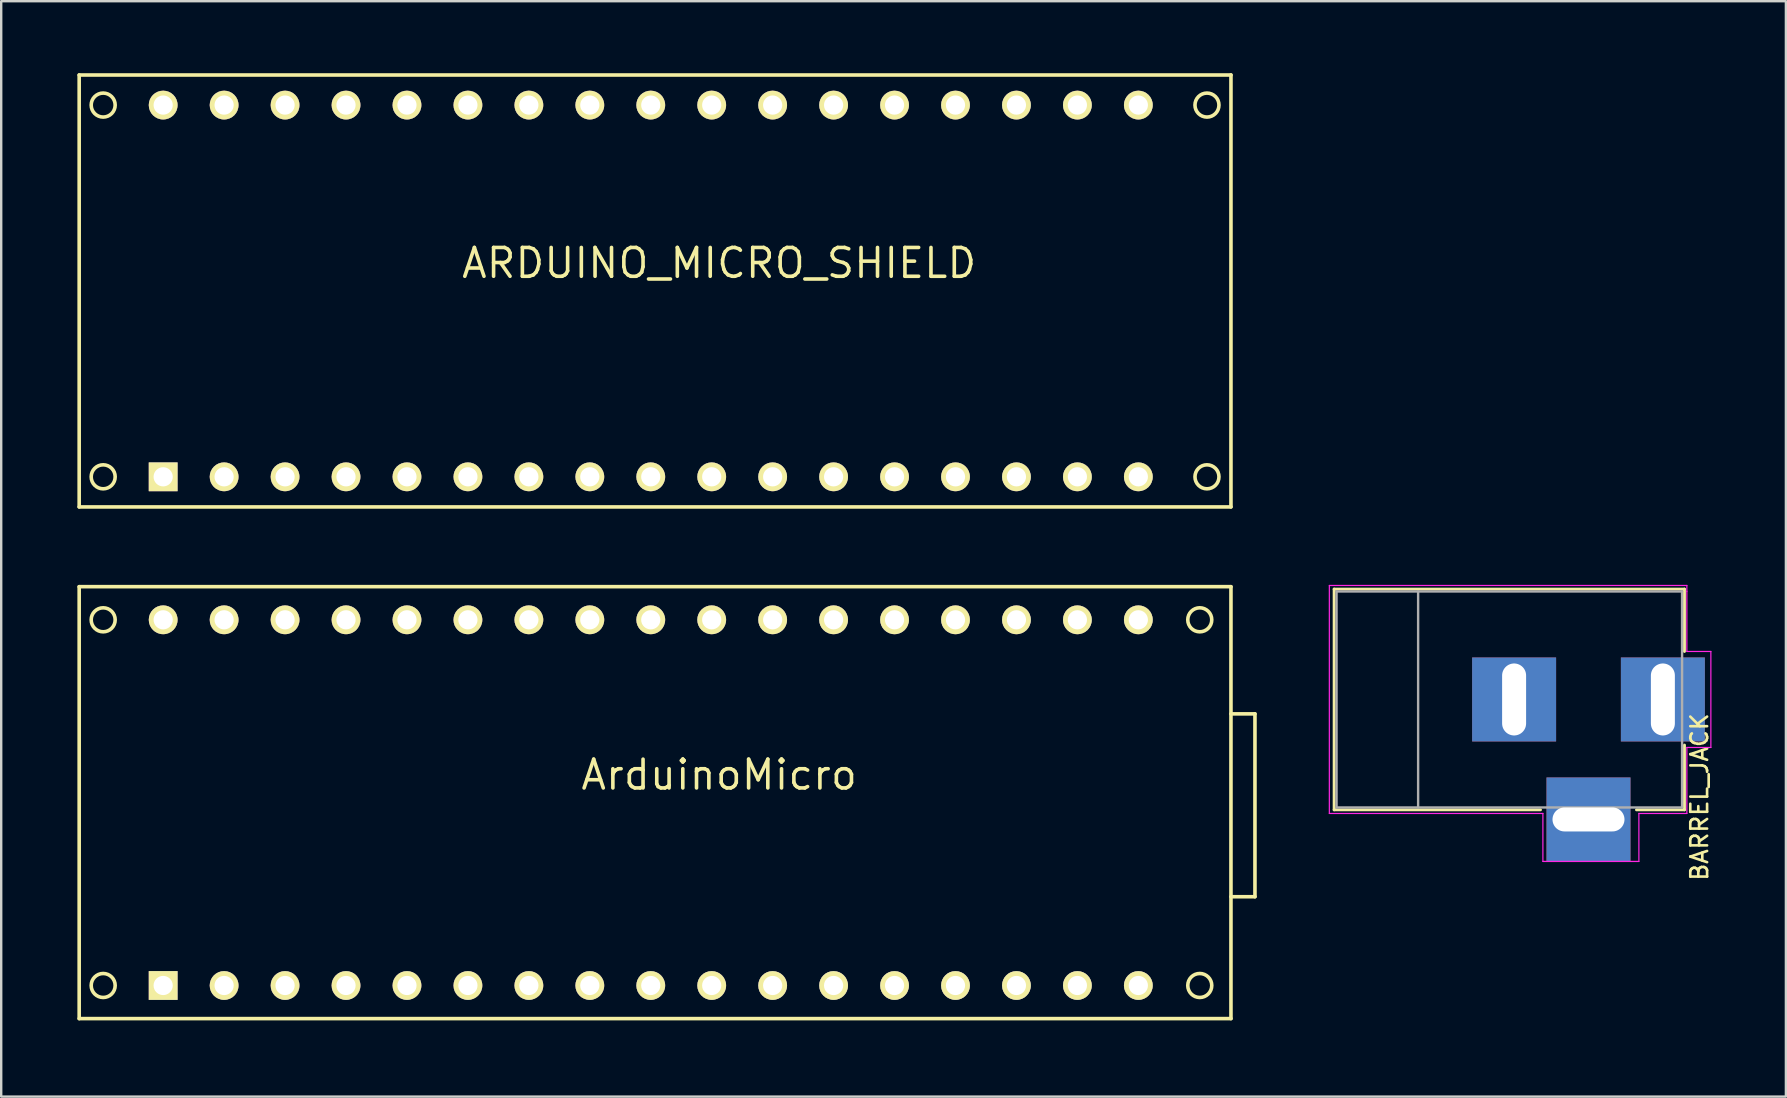
<source format=kicad_pcb>
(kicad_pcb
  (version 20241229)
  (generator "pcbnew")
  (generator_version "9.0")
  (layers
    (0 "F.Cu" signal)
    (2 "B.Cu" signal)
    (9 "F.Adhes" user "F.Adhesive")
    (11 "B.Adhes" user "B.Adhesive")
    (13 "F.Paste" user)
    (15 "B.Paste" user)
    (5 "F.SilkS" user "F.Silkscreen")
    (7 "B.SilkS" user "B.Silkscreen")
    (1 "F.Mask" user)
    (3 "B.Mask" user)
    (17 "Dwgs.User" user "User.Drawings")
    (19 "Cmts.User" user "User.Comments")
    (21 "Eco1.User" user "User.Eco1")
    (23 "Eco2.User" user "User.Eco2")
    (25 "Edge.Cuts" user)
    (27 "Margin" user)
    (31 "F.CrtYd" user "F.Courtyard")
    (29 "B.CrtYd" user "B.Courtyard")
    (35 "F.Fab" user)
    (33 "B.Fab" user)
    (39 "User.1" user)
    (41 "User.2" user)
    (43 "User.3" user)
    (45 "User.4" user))
  (footprint "BARREL_JACK"
    (layer "F.Cu")
    (at 66.25 26.1)
    (property "Reference" "BARREL_JACK" (at 1.524 4.064 90) (layer "F.SilkS") (effects (font (size 0.7 0.7) (thickness 0.11))))
    (attr through_hole)
    (fp_line (start -13.7 -4.6) (end 0.9 -4.6) (stroke (width 0.12) (type solid)) (layer "F.SilkS"))
    (fp_line (start -13.7 4.6) (end -13.7 -4.6) (stroke (width 0.12) (type solid)) (layer "F.SilkS"))
    (fp_line (start -5.1 4.6) (end -13.7 4.6) (stroke (width 0.12) (type solid)) (layer "F.SilkS"))
    (fp_line (start 0.9 -4.6) (end 0.9 -2) (stroke (width 0.12) (type solid)) (layer "F.SilkS"))
    (fp_line (start 0.9 1.9) (end 0.9 4.6) (stroke (width 0.12) (type solid)) (layer "F.SilkS"))
    (fp_line (start 0.9 4.6) (end -1.1 4.6) (stroke (width 0.12) (type solid)) (layer "F.SilkS"))
    (fp_line (start -13.9 4.75) (end -13.9 -4.75) (stroke (width 0.05) (type solid)) (layer "F.CrtYd"))
    (fp_line (start -5 4.75) (end -13.9 4.75) (stroke (width 0.05) (type solid)) (layer "F.CrtYd"))
    (fp_line (start -5 6.75) (end -5 4.75) (stroke (width 0.05) (type solid)) (layer "F.CrtYd"))
    (fp_line (start -1 4.75) (end -1 6.75) (stroke (width 0.05) (type solid)) (layer "F.CrtYd"))
    (fp_line (start -1 6.75) (end -5 6.75) (stroke (width 0.05) (type solid)) (layer "F.CrtYd"))
    (fp_line (start 1 -4.75) (end -13.9 -4.75) (stroke (width 0.05) (type solid)) (layer "F.CrtYd"))
    (fp_line (start 1 -4.5) (end 1 -4.75) (stroke (width 0.05) (type solid)) (layer "F.CrtYd"))
    (fp_line (start 1 -4.5) (end 1 -2) (stroke (width 0.05) (type solid)) (layer "F.CrtYd"))
    (fp_line (start 1 -2) (end 2 -2) (stroke (width 0.05) (type solid)) (layer "F.CrtYd"))
    (fp_line (start 1 2) (end 1 4.75) (stroke (width 0.05) (type solid)) (layer "F.CrtYd"))
    (fp_line (start 1 4.75) (end -1 4.75) (stroke (width 0.05) (type solid)) (layer "F.CrtYd"))
    (fp_line (start 2 -2) (end 2 2) (stroke (width 0.05) (type solid)) (layer "F.CrtYd"))
    (fp_line (start 2 2) (end 1 2) (stroke (width 0.05) (type solid)) (layer "F.CrtYd"))
    (fp_line (start -13.6 -4.5) (end -13.6 4.5) (stroke (width 0.1) (type solid)) (layer "F.Fab"))
    (fp_line (start -13.6 4.5) (end 0.8 4.5) (stroke (width 0.1) (type solid)) (layer "F.Fab"))
    (fp_line (start -10.2 -4.5) (end -10.2 4.5) (stroke (width 0.1) (type solid)) (layer "F.Fab"))
    (fp_line (start 0.8 -4.5) (end -13.6 -4.5) (stroke (width 0.1) (type solid)) (layer "F.Fab"))
    (fp_line (start 0.8 4.5) (end 0.8 -4.5) (stroke (width 0.1) (type solid)) (layer "F.Fab"))
    (pad "1" thru_hole rect (at 0 0) (size 3.5 3.5) (drill oval 1 3) (layers "*.Cu" "*.Mask"))
    (pad "2" thru_hole rect (at -6.2 0) (size 3.5 3.5) (drill oval 1 3) (layers "*.Cu" "*.Mask"))
    (pad "3" thru_hole rect (at -3.1 5) (size 3.5 3.5) (drill oval 3 1) (layers "*.Cu" "*.Mask")))
  (footprint "ARDUINO_MICRO_SHIELD"
    (layer "F.Cu")
    (at 0.25 18.075)
    (property "Reference" "ARDUINO_MICRO_SHIELD" (at 26.67 -10.16 0) (layer "F.SilkS") (effects (font (size 1.2 1.2) (thickness 0.15))))
    (attr through_hole)
    (fp_line (start 0 -18) (end 48 -18) (stroke (width 0.15) (type solid)) (layer "F.SilkS"))
    (fp_line (start 0 0) (end 0 -18) (stroke (width 0.15) (type solid)) (layer "F.SilkS"))
    (fp_line (start 48 -18) (end 48 0) (stroke (width 0.15) (type solid)) (layer "F.SilkS"))
    (fp_line (start 48 0) (end 0 0) (stroke (width 0.15) (type solid)) (layer "F.SilkS"))
    (fp_circle (center 1 -16.746) (end 1.5 -16.746) (stroke (width 0.15) (type solid)) (fill no) (layer "F.SilkS"))
    (fp_circle (center 1 -1.254) (end 1.5 -1.254) (stroke (width 0.15) (type solid)) (fill no) (layer "F.SilkS"))
    (fp_circle (center 47 -16.746) (end 47.5 -16.746) (stroke (width 0.15) (type solid)) (fill no) (layer "F.SilkS"))
    (fp_circle (center 47 -1.254) (end 47.5 -1.254) (stroke (width 0.15) (type solid)) (fill no) (layer "F.SilkS"))
    (pad "2" thru_hole circle (at 18.74 -1.254) (size 1.2 1.2) (drill 0.8) (layers "*.Cu" "*.Mask" "F.SilkS"))
    (pad "3" thru_hole circle (at 21.28 -1.254) (size 1.2 1.2) (drill 0.8) (layers "*.Cu" "*.Mask" "F.SilkS"))
    (pad "3.3V" thru_hole circle (at 41.6 -16.746) (size 1.2 1.2) (drill 0.8) (layers "*.Cu" "*.Mask" "F.SilkS"))
    (pad "4" thru_hole circle (at 23.82 -1.254) (size 1.2 1.2) (drill 0.8) (layers "*.Cu" "*.Mask" "F.SilkS"))
    (pad "5" thru_hole circle (at 26.36 -1.254) (size 1.2 1.2) (drill 0.8) (layers "*.Cu" "*.Mask" "F.SilkS"))
    (pad "5V" thru_hole circle (at 16.2 -16.746) (size 1.2 1.2) (drill 0.8) (layers "*.Cu" "*.Mask" "F.SilkS"))
    (pad "6" thru_hole circle (at 28.9 -1.254) (size 1.2 1.2) (drill 0.8) (layers "*.Cu" "*.Mask" "F.SilkS"))
    (pad "7" thru_hole circle (at 31.44 -1.254) (size 1.2 1.2) (drill 0.8) (layers "*.Cu" "*.Mask" "F.SilkS"))
    (pad "8" thru_hole circle (at 33.98 -1.254) (size 1.2 1.2) (drill 0.8) (layers "*.Cu" "*.Mask" "F.SilkS"))
    (pad "9" thru_hole circle (at 36.52 -1.254) (size 1.2 1.2) (drill 0.8) (layers "*.Cu" "*.Mask" "F.SilkS"))
    (pad "10" thru_hole circle (at 39.06 -1.254) (size 1.2 1.2) (drill 0.8) (layers "*.Cu" "*.Mask" "F.SilkS"))
    (pad "11" thru_hole circle (at 41.6 -1.254) (size 1.2 1.2) (drill 0.8) (layers "*.Cu" "*.Mask" "F.SilkS"))
    (pad "12" thru_hole circle (at 44.14 -1.254) (size 1.2 1.2) (drill 0.8) (layers "*.Cu" "*.Mask" "F.SilkS"))
    (pad "13" thru_hole circle (at 44.14 -16.746) (size 1.2 1.2) (drill 0.8) (layers "*.Cu" "*.Mask" "F.SilkS"))
    (pad "A0" thru_hole circle (at 36.52 -16.746) (size 1.2 1.2) (drill 0.8) (layers "*.Cu" "*.Mask" "F.SilkS"))
    (pad "A1" thru_hole circle (at 33.98 -16.746) (size 1.2 1.2) (drill 0.8) (layers "*.Cu" "*.Mask" "F.SilkS"))
    (pad "A2" thru_hole circle (at 31.44 -16.746) (size 1.2 1.2) (drill 0.8) (layers "*.Cu" "*.Mask" "F.SilkS"))
    (pad "A3" thru_hole circle (at 28.9 -16.746) (size 1.2 1.2) (drill 0.8) (layers "*.Cu" "*.Mask" "F.SilkS"))
    (pad "A4" thru_hole circle (at 26.36 -16.746) (size 1.2 1.2) (drill 0.8) (layers "*.Cu" "*.Mask" "F.SilkS"))
    (pad "A5" thru_hole circle (at 23.82 -16.746) (size 1.2 1.2) (drill 0.8) (layers "*.Cu" "*.Mask" "F.SilkS"))
    (pad "AREF" thru_hole circle (at 39.06 -16.746) (size 1.2 1.2) (drill 0.8) (layers "*.Cu" "*.Mask" "F.SilkS"))
    (pad "GND" thru_hole circle (at 11.12 -16.746) (size 1.2 1.2) (drill 0.8) (layers "*.Cu" "*.Mask" "F.SilkS"))
    (pad "GND" thru_hole circle (at 16.2 -1.254) (size 1.2 1.2) (drill 0.8) (layers "*.Cu" "*.Mask" "F.SilkS"))
    (pad "MI" thru_hole circle (at 6.04 -16.746) (size 1.2 1.2) (drill 0.8) (layers "*.Cu" "*.Mask" "F.SilkS"))
    (pad "MO" thru_hole rect (at 3.5 -1.254) (size 1.2 1.2) (drill 0.8) (layers "*.Cu" "*.Mask" "F.SilkS"))
    (pad "NC1" thru_hole circle (at 18.74 -16.746) (size 1.2 1.2) (drill 0.8) (layers "*.Cu" "*.Mask" "F.SilkS"))
    (pad "NC2" thru_hole circle (at 21.28 -16.746) (size 1.2 1.2) (drill 0.8) (layers "*.Cu" "*.Mask" "F.SilkS"))
    (pad "RST1" thru_hole circle (at 13.66 -1.254) (size 1.2 1.2) (drill 0.8) (layers "*.Cu" "*.Mask" "F.SilkS"))
    (pad "RST2" thru_hole circle (at 13.66 -16.746) (size 1.2 1.2) (drill 0.8) (layers "*.Cu" "*.Mask" "F.SilkS"))
    (pad "RX" thru_hole circle (at 11.12 -1.254) (size 1.2 1.2) (drill 0.8) (layers "*.Cu" "*.Mask" "F.SilkS"))
    (pad "SCK" thru_hole circle (at 3.5 -16.746) (size 1.2 1.2) (drill 0.8) (layers "*.Cu" "*.Mask" "F.SilkS"))
    (pad "SS" thru_hole circle (at 6.04 -1.254) (size 1.2 1.2) (drill 0.8) (layers "*.Cu" "*.Mask" "F.SilkS"))
    (pad "TX" thru_hole circle (at 8.58 -1.254) (size 1.2 1.2) (drill 0.8) (layers "*.Cu" "*.Mask" "F.SilkS"))
    (pad "VI" thru_hole circle (at 8.58 -16.746) (size 1.2 1.2) (drill 0.8) (layers "*.Cu" "*.Mask" "F.SilkS")))
  (footprint "ArduinoMicro"
    (layer "F.Cu")
    (at 0.25 39.4)
    (property "Reference" "ArduinoMicro" (at 26.67 -10.16 0) (layer "F.SilkS") (effects (font (size 1.2 1.2) (thickness 0.15))))
    (attr through_hole)
    (fp_line (start 0 -18) (end 48 -18) (stroke (width 0.15) (type solid)) (layer "F.SilkS"))
    (fp_line (start 0 0) (end 0 -18) (stroke (width 0.15) (type solid)) (layer "F.SilkS"))
    (fp_line (start 48 -18) (end 48 0) (stroke (width 0.15) (type solid)) (layer "F.SilkS"))
    (fp_line (start 48 -12.7) (end 49 -12.7) (stroke (width 0.15) (type solid)) (layer "F.SilkS"))
    (fp_line (start 48 0) (end 0 0) (stroke (width 0.15) (type solid)) (layer "F.SilkS"))
    (fp_line (start 49 -12.7) (end 49 -5.08) (stroke (width 0.15) (type solid)) (layer "F.SilkS"))
    (fp_line (start 49 -5.08) (end 48 -5.08) (stroke (width 0.15) (type solid)) (layer "F.SilkS"))
    (fp_circle (center 1 -16.62) (end 1.5 -16.62) (stroke (width 0.15) (type solid)) (fill no) (layer "F.SilkS"))
    (fp_circle (center 1 -1.38) (end 1.5 -1.38) (stroke (width 0.15) (type solid)) (fill no) (layer "F.SilkS"))
    (fp_circle (center 46.7 -16.62) (end 47.2 -16.62) (stroke (width 0.15) (type solid)) (fill no) (layer "F.SilkS"))
    (fp_circle (center 46.7 -1.38) (end 47.2 -1.38) (stroke (width 0.15) (type solid)) (fill no) (layer "F.SilkS"))
    (pad "2" thru_hole circle (at 18.74 -1.38) (size 1.2 1.2) (drill 0.8) (layers "*.Cu" "*.Mask" "F.SilkS"))
    (pad "3" thru_hole circle (at 21.28 -1.38) (size 1.2 1.2) (drill 0.8) (layers "*.Cu" "*.Mask" "F.SilkS"))
    (pad "3.3V" thru_hole circle (at 41.6 -16.62) (size 1.2 1.2) (drill 0.8) (layers "*.Cu" "*.Mask" "F.SilkS"))
    (pad "4" thru_hole circle (at 23.82 -1.38) (size 1.2 1.2) (drill 0.8) (layers "*.Cu" "*.Mask" "F.SilkS"))
    (pad "5" thru_hole circle (at 26.36 -1.38) (size 1.2 1.2) (drill 0.8) (layers "*.Cu" "*.Mask" "F.SilkS"))
    (pad "5V" thru_hole circle (at 16.2 -16.62) (size 1.2 1.2) (drill 0.8) (layers "*.Cu" "*.Mask" "F.SilkS"))
    (pad "6" thru_hole circle (at 28.9 -1.38) (size 1.2 1.2) (drill 0.8) (layers "*.Cu" "*.Mask" "F.SilkS"))
    (pad "7" thru_hole circle (at 31.44 -1.38) (size 1.2 1.2) (drill 0.8) (layers "*.Cu" "*.Mask" "F.SilkS"))
    (pad "8" thru_hole circle (at 33.98 -1.38) (size 1.2 1.2) (drill 0.8) (layers "*.Cu" "*.Mask" "F.SilkS"))
    (pad "9" thru_hole circle (at 36.52 -1.38) (size 1.2 1.2) (drill 0.8) (layers "*.Cu" "*.Mask" "F.SilkS"))
    (pad "10" thru_hole circle (at 39.06 -1.38) (size 1.2 1.2) (drill 0.8) (layers "*.Cu" "*.Mask" "F.SilkS"))
    (pad "11" thru_hole circle (at 41.6 -1.38) (size 1.2 1.2) (drill 0.8) (layers "*.Cu" "*.Mask" "F.SilkS"))
    (pad "12" thru_hole circle (at 44.14 -1.38) (size 1.2 1.2) (drill 0.8) (layers "*.Cu" "*.Mask" "F.SilkS"))
    (pad "13" thru_hole circle (at 44.14 -16.62) (size 1.2 1.2) (drill 0.8) (layers "*.Cu" "*.Mask" "F.SilkS"))
    (pad "A0" thru_hole circle (at 36.52 -16.62) (size 1.2 1.2) (drill 0.8) (layers "*.Cu" "*.Mask" "F.SilkS"))
    (pad "A1" thru_hole circle (at 33.98 -16.62) (size 1.2 1.2) (drill 0.8) (layers "*.Cu" "*.Mask" "F.SilkS"))
    (pad "A2" thru_hole circle (at 31.44 -16.62) (size 1.2 1.2) (drill 0.8) (layers "*.Cu" "*.Mask" "F.SilkS"))
    (pad "A3" thru_hole circle (at 28.9 -16.62) (size 1.2 1.2) (drill 0.8) (layers "*.Cu" "*.Mask" "F.SilkS"))
    (pad "A4" thru_hole circle (at 26.36 -16.62) (size 1.2 1.2) (drill 0.8) (layers "*.Cu" "*.Mask" "F.SilkS"))
    (pad "A5" thru_hole circle (at 23.82 -16.62) (size 1.2 1.2) (drill 0.8) (layers "*.Cu" "*.Mask" "F.SilkS"))
    (pad "AREF" thru_hole circle (at 39.06 -16.62) (size 1.2 1.2) (drill 0.8) (layers "*.Cu" "*.Mask" "F.SilkS"))
    (pad "GND" thru_hole circle (at 11.12 -16.62) (size 1.2 1.2) (drill 0.8) (layers "*.Cu" "*.Mask" "F.SilkS"))
    (pad "GND" thru_hole circle (at 16.2 -1.38) (size 1.2 1.2) (drill 0.8) (layers "*.Cu" "*.Mask" "F.SilkS"))
    (pad "MI" thru_hole circle (at 6.04 -16.62) (size 1.2 1.2) (drill 0.8) (layers "*.Cu" "*.Mask" "F.SilkS"))
    (pad "MO" thru_hole rect (at 3.5 -1.38) (size 1.2 1.2) (drill 0.8) (layers "*.Cu" "*.Mask" "F.SilkS"))
    (pad "NC1" thru_hole circle (at 18.74 -16.62) (size 1.2 1.2) (drill 0.8) (layers "*.Cu" "*.Mask" "F.SilkS"))
    (pad "NC2" thru_hole circle (at 21.28 -16.62) (size 1.2 1.2) (drill 0.8) (layers "*.Cu" "*.Mask" "F.SilkS"))
    (pad "RST1" thru_hole circle (at 13.66 -1.38) (size 1.2 1.2) (drill 0.8) (layers "*.Cu" "*.Mask" "F.SilkS"))
    (pad "RST2" thru_hole circle (at 13.66 -16.62) (size 1.2 1.2) (drill 0.8) (layers "*.Cu" "*.Mask" "F.SilkS"))
    (pad "RX" thru_hole circle (at 11.12 -1.38) (size 1.2 1.2) (drill 0.8) (layers "*.Cu" "*.Mask" "F.SilkS"))
    (pad "SCK" thru_hole circle (at 3.5 -16.62) (size 1.2 1.2) (drill 0.8) (layers "*.Cu" "*.Mask" "F.SilkS"))
    (pad "SS" thru_hole circle (at 6.04 -1.38) (size 1.2 1.2) (drill 0.8) (layers "*.Cu" "*.Mask" "F.SilkS"))
    (pad "TX" thru_hole circle (at 8.58 -1.38) (size 1.2 1.2) (drill 0.8) (layers "*.Cu" "*.Mask" "F.SilkS"))
    (pad "VI" thru_hole circle (at 8.58 -16.62) (size 1.2 1.2) (drill 0.8) (layers "*.Cu" "*.Mask" "F.SilkS")))
  (gr_rect
    (start -3 -3)
    (end 71.377 42.65)
    (stroke (width 0.1) (type default))
    (fill no)
    (layer "Edge.Cuts")))
</source>
